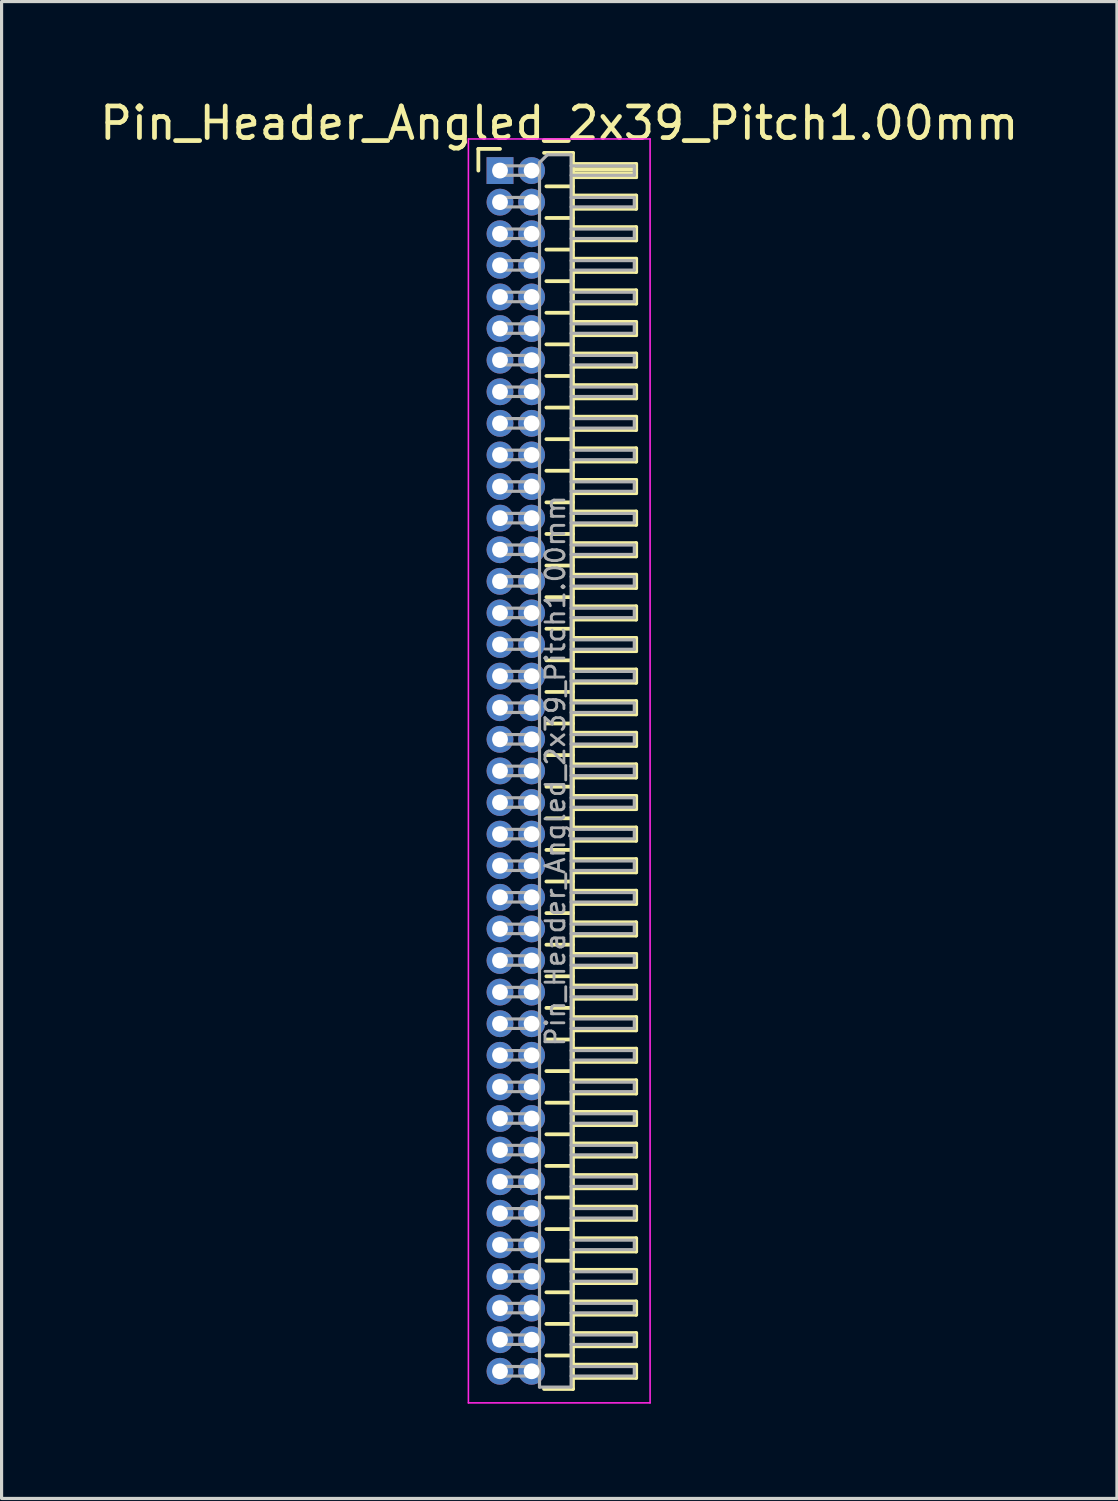
<source format=kicad_pcb>
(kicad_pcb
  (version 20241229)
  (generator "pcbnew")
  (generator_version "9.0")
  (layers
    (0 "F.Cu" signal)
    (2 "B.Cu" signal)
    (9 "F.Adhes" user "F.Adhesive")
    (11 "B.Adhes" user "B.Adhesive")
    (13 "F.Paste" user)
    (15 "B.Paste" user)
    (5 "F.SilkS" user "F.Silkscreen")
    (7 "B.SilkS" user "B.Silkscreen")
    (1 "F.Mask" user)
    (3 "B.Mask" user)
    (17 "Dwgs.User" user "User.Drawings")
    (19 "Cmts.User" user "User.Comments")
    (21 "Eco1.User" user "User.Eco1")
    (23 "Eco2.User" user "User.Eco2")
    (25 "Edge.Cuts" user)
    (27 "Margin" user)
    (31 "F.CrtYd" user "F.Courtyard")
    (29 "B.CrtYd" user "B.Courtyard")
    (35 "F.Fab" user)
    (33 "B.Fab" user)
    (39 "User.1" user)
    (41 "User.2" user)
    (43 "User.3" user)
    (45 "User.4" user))
  (footprint "Pin_Header_Angled_2x39_Pitch1.00mm"
    (layer "F.Cu")
    (at 12.774 2.348)
    (property "Reference" "Pin_Header_Angled_2x39_Pitch1.00mm" (at 1.875 -1.5 0) (layer "F.SilkS") (effects (font (size 1 1) (thickness 0.15))))
    (attr through_hole)
    (fp_line (start -0.685 -0.685) (end 0 -0.685) (stroke (width 0.12) (type solid)) (layer "F.SilkS"))
    (fp_line (start -0.685 0) (end -0.685 -0.685) (stroke (width 0.12) (type solid)) (layer "F.SilkS"))
    (fp_line (start 1.394 -0.56) (end 2.31 -0.56) (stroke (width 0.12) (type solid)) (layer "F.SilkS"))
    (fp_line (start 1.468 0.5) (end 2.31 0.5) (stroke (width 0.12) (type solid)) (layer "F.SilkS"))
    (fp_line (start 1.468 1.5) (end 2.31 1.5) (stroke (width 0.12) (type solid)) (layer "F.SilkS"))
    (fp_line (start 1.468 2.5) (end 2.31 2.5) (stroke (width 0.12) (type solid)) (layer "F.SilkS"))
    (fp_line (start 1.468 3.5) (end 2.31 3.5) (stroke (width 0.12) (type solid)) (layer "F.SilkS"))
    (fp_line (start 1.468 4.5) (end 2.31 4.5) (stroke (width 0.12) (type solid)) (layer "F.SilkS"))
    (fp_line (start 1.468 5.5) (end 2.31 5.5) (stroke (width 0.12) (type solid)) (layer "F.SilkS"))
    (fp_line (start 1.468 6.5) (end 2.31 6.5) (stroke (width 0.12) (type solid)) (layer "F.SilkS"))
    (fp_line (start 1.468 7.5) (end 2.31 7.5) (stroke (width 0.12) (type solid)) (layer "F.SilkS"))
    (fp_line (start 1.468 8.5) (end 2.31 8.5) (stroke (width 0.12) (type solid)) (layer "F.SilkS"))
    (fp_line (start 1.468 9.5) (end 2.31 9.5) (stroke (width 0.12) (type solid)) (layer "F.SilkS"))
    (fp_line (start 1.468 10.5) (end 2.31 10.5) (stroke (width 0.12) (type solid)) (layer "F.SilkS"))
    (fp_line (start 1.468 11.5) (end 2.31 11.5) (stroke (width 0.12) (type solid)) (layer "F.SilkS"))
    (fp_line (start 1.468 12.5) (end 2.31 12.5) (stroke (width 0.12) (type solid)) (layer "F.SilkS"))
    (fp_line (start 1.468 13.5) (end 2.31 13.5) (stroke (width 0.12) (type solid)) (layer "F.SilkS"))
    (fp_line (start 1.468 14.5) (end 2.31 14.5) (stroke (width 0.12) (type solid)) (layer "F.SilkS"))
    (fp_line (start 1.468 15.5) (end 2.31 15.5) (stroke (width 0.12) (type solid)) (layer "F.SilkS"))
    (fp_line (start 1.468 16.5) (end 2.31 16.5) (stroke (width 0.12) (type solid)) (layer "F.SilkS"))
    (fp_line (start 1.468 17.5) (end 2.31 17.5) (stroke (width 0.12) (type solid)) (layer "F.SilkS"))
    (fp_line (start 1.468 18.5) (end 2.31 18.5) (stroke (width 0.12) (type solid)) (layer "F.SilkS"))
    (fp_line (start 1.468 19.5) (end 2.31 19.5) (stroke (width 0.12) (type solid)) (layer "F.SilkS"))
    (fp_line (start 1.468 20.5) (end 2.31 20.5) (stroke (width 0.12) (type solid)) (layer "F.SilkS"))
    (fp_line (start 1.468 21.5) (end 2.31 21.5) (stroke (width 0.12) (type solid)) (layer "F.SilkS"))
    (fp_line (start 1.468 22.5) (end 2.31 22.5) (stroke (width 0.12) (type solid)) (layer "F.SilkS"))
    (fp_line (start 1.468 23.5) (end 2.31 23.5) (stroke (width 0.12) (type solid)) (layer "F.SilkS"))
    (fp_line (start 1.468 24.5) (end 2.31 24.5) (stroke (width 0.12) (type solid)) (layer "F.SilkS"))
    (fp_line (start 1.468 25.5) (end 2.31 25.5) (stroke (width 0.12) (type solid)) (layer "F.SilkS"))
    (fp_line (start 1.468 26.5) (end 2.31 26.5) (stroke (width 0.12) (type solid)) (layer "F.SilkS"))
    (fp_line (start 1.468 27.5) (end 2.31 27.5) (stroke (width 0.12) (type solid)) (layer "F.SilkS"))
    (fp_line (start 1.468 28.5) (end 2.31 28.5) (stroke (width 0.12) (type solid)) (layer "F.SilkS"))
    (fp_line (start 1.468 29.5) (end 2.31 29.5) (stroke (width 0.12) (type solid)) (layer "F.SilkS"))
    (fp_line (start 1.468 30.5) (end 2.31 30.5) (stroke (width 0.12) (type solid)) (layer "F.SilkS"))
    (fp_line (start 1.468 31.5) (end 2.31 31.5) (stroke (width 0.12) (type solid)) (layer "F.SilkS"))
    (fp_line (start 1.468 32.5) (end 2.31 32.5) (stroke (width 0.12) (type solid)) (layer "F.SilkS"))
    (fp_line (start 1.468 33.5) (end 2.31 33.5) (stroke (width 0.12) (type solid)) (layer "F.SilkS"))
    (fp_line (start 1.468 34.5) (end 2.31 34.5) (stroke (width 0.12) (type solid)) (layer "F.SilkS"))
    (fp_line (start 1.468 35.5) (end 2.31 35.5) (stroke (width 0.12) (type solid)) (layer "F.SilkS"))
    (fp_line (start 1.468 36.5) (end 2.31 36.5) (stroke (width 0.12) (type solid)) (layer "F.SilkS"))
    (fp_line (start 1.468 37.5) (end 2.31 37.5) (stroke (width 0.12) (type solid)) (layer "F.SilkS"))
    (fp_line (start 2.31 -0.56) (end 2.31 38.56) (stroke (width 0.12) (type solid)) (layer "F.SilkS"))
    (fp_line (start 2.31 -0.21) (end 4.31 -0.21) (stroke (width 0.12) (type solid)) (layer "F.SilkS"))
    (fp_line (start 2.31 -0.15) (end 4.31 -0.15) (stroke (width 0.12) (type solid)) (layer "F.SilkS"))
    (fp_line (start 2.31 -0.03) (end 4.31 -0.03) (stroke (width 0.12) (type solid)) (layer "F.SilkS"))
    (fp_line (start 2.31 0.09) (end 4.31 0.09) (stroke (width 0.12) (type solid)) (layer "F.SilkS"))
    (fp_line (start 2.31 0.79) (end 4.31 0.79) (stroke (width 0.12) (type solid)) (layer "F.SilkS"))
    (fp_line (start 2.31 1.79) (end 4.31 1.79) (stroke (width 0.12) (type solid)) (layer "F.SilkS"))
    (fp_line (start 2.31 2.79) (end 4.31 2.79) (stroke (width 0.12) (type solid)) (layer "F.SilkS"))
    (fp_line (start 2.31 3.79) (end 4.31 3.79) (stroke (width 0.12) (type solid)) (layer "F.SilkS"))
    (fp_line (start 2.31 4.79) (end 4.31 4.79) (stroke (width 0.12) (type solid)) (layer "F.SilkS"))
    (fp_line (start 2.31 5.79) (end 4.31 5.79) (stroke (width 0.12) (type solid)) (layer "F.SilkS"))
    (fp_line (start 2.31 6.79) (end 4.31 6.79) (stroke (width 0.12) (type solid)) (layer "F.SilkS"))
    (fp_line (start 2.31 7.79) (end 4.31 7.79) (stroke (width 0.12) (type solid)) (layer "F.SilkS"))
    (fp_line (start 2.31 8.79) (end 4.31 8.79) (stroke (width 0.12) (type solid)) (layer "F.SilkS"))
    (fp_line (start 2.31 9.79) (end 4.31 9.79) (stroke (width 0.12) (type solid)) (layer "F.SilkS"))
    (fp_line (start 2.31 10.79) (end 4.31 10.79) (stroke (width 0.12) (type solid)) (layer "F.SilkS"))
    (fp_line (start 2.31 11.79) (end 4.31 11.79) (stroke (width 0.12) (type solid)) (layer "F.SilkS"))
    (fp_line (start 2.31 12.79) (end 4.31 12.79) (stroke (width 0.12) (type solid)) (layer "F.SilkS"))
    (fp_line (start 2.31 13.79) (end 4.31 13.79) (stroke (width 0.12) (type solid)) (layer "F.SilkS"))
    (fp_line (start 2.31 14.79) (end 4.31 14.79) (stroke (width 0.12) (type solid)) (layer "F.SilkS"))
    (fp_line (start 2.31 15.79) (end 4.31 15.79) (stroke (width 0.12) (type solid)) (layer "F.SilkS"))
    (fp_line (start 2.31 16.79) (end 4.31 16.79) (stroke (width 0.12) (type solid)) (layer "F.SilkS"))
    (fp_line (start 2.31 17.79) (end 4.31 17.79) (stroke (width 0.12) (type solid)) (layer "F.SilkS"))
    (fp_line (start 2.31 18.79) (end 4.31 18.79) (stroke (width 0.12) (type solid)) (layer "F.SilkS"))
    (fp_line (start 2.31 19.79) (end 4.31 19.79) (stroke (width 0.12) (type solid)) (layer "F.SilkS"))
    (fp_line (start 2.31 20.79) (end 4.31 20.79) (stroke (width 0.12) (type solid)) (layer "F.SilkS"))
    (fp_line (start 2.31 21.79) (end 4.31 21.79) (stroke (width 0.12) (type solid)) (layer "F.SilkS"))
    (fp_line (start 2.31 22.79) (end 4.31 22.79) (stroke (width 0.12) (type solid)) (layer "F.SilkS"))
    (fp_line (start 2.31 23.79) (end 4.31 23.79) (stroke (width 0.12) (type solid)) (layer "F.SilkS"))
    (fp_line (start 2.31 24.79) (end 4.31 24.79) (stroke (width 0.12) (type solid)) (layer "F.SilkS"))
    (fp_line (start 2.31 25.79) (end 4.31 25.79) (stroke (width 0.12) (type solid)) (layer "F.SilkS"))
    (fp_line (start 2.31 26.79) (end 4.31 26.79) (stroke (width 0.12) (type solid)) (layer "F.SilkS"))
    (fp_line (start 2.31 27.79) (end 4.31 27.79) (stroke (width 0.12) (type solid)) (layer "F.SilkS"))
    (fp_line (start 2.31 28.79) (end 4.31 28.79) (stroke (width 0.12) (type solid)) (layer "F.SilkS"))
    (fp_line (start 2.31 29.79) (end 4.31 29.79) (stroke (width 0.12) (type solid)) (layer "F.SilkS"))
    (fp_line (start 2.31 30.79) (end 4.31 30.79) (stroke (width 0.12) (type solid)) (layer "F.SilkS"))
    (fp_line (start 2.31 31.79) (end 4.31 31.79) (stroke (width 0.12) (type solid)) (layer "F.SilkS"))
    (fp_line (start 2.31 32.79) (end 4.31 32.79) (stroke (width 0.12) (type solid)) (layer "F.SilkS"))
    (fp_line (start 2.31 33.79) (end 4.31 33.79) (stroke (width 0.12) (type solid)) (layer "F.SilkS"))
    (fp_line (start 2.31 34.79) (end 4.31 34.79) (stroke (width 0.12) (type solid)) (layer "F.SilkS"))
    (fp_line (start 2.31 35.79) (end 4.31 35.79) (stroke (width 0.12) (type solid)) (layer "F.SilkS"))
    (fp_line (start 2.31 36.79) (end 4.31 36.79) (stroke (width 0.12) (type solid)) (layer "F.SilkS"))
    (fp_line (start 2.31 37.79) (end 4.31 37.79) (stroke (width 0.12) (type solid)) (layer "F.SilkS"))
    (fp_line (start 2.31 38.56) (end 1.394 38.56) (stroke (width 0.12) (type solid)) (layer "F.SilkS"))
    (fp_line (start 4.31 -0.21) (end 4.31 0.21) (stroke (width 0.12) (type solid)) (layer "F.SilkS"))
    (fp_line (start 4.31 0.21) (end 2.31 0.21) (stroke (width 0.12) (type solid)) (layer "F.SilkS"))
    (fp_line (start 4.31 0.79) (end 4.31 1.21) (stroke (width 0.12) (type solid)) (layer "F.SilkS"))
    (fp_line (start 4.31 1.21) (end 2.31 1.21) (stroke (width 0.12) (type solid)) (layer "F.SilkS"))
    (fp_line (start 4.31 1.79) (end 4.31 2.21) (stroke (width 0.12) (type solid)) (layer "F.SilkS"))
    (fp_line (start 4.31 2.21) (end 2.31 2.21) (stroke (width 0.12) (type solid)) (layer "F.SilkS"))
    (fp_line (start 4.31 2.79) (end 4.31 3.21) (stroke (width 0.12) (type solid)) (layer "F.SilkS"))
    (fp_line (start 4.31 3.21) (end 2.31 3.21) (stroke (width 0.12) (type solid)) (layer "F.SilkS"))
    (fp_line (start 4.31 3.79) (end 4.31 4.21) (stroke (width 0.12) (type solid)) (layer "F.SilkS"))
    (fp_line (start 4.31 4.21) (end 2.31 4.21) (stroke (width 0.12) (type solid)) (layer "F.SilkS"))
    (fp_line (start 4.31 4.79) (end 4.31 5.21) (stroke (width 0.12) (type solid)) (layer "F.SilkS"))
    (fp_line (start 4.31 5.21) (end 2.31 5.21) (stroke (width 0.12) (type solid)) (layer "F.SilkS"))
    (fp_line (start 4.31 5.79) (end 4.31 6.21) (stroke (width 0.12) (type solid)) (layer "F.SilkS"))
    (fp_line (start 4.31 6.21) (end 2.31 6.21) (stroke (width 0.12) (type solid)) (layer "F.SilkS"))
    (fp_line (start 4.31 6.79) (end 4.31 7.21) (stroke (width 0.12) (type solid)) (layer "F.SilkS"))
    (fp_line (start 4.31 7.21) (end 2.31 7.21) (stroke (width 0.12) (type solid)) (layer "F.SilkS"))
    (fp_line (start 4.31 7.79) (end 4.31 8.21) (stroke (width 0.12) (type solid)) (layer "F.SilkS"))
    (fp_line (start 4.31 8.21) (end 2.31 8.21) (stroke (width 0.12) (type solid)) (layer "F.SilkS"))
    (fp_line (start 4.31 8.79) (end 4.31 9.21) (stroke (width 0.12) (type solid)) (layer "F.SilkS"))
    (fp_line (start 4.31 9.21) (end 2.31 9.21) (stroke (width 0.12) (type solid)) (layer "F.SilkS"))
    (fp_line (start 4.31 9.79) (end 4.31 10.21) (stroke (width 0.12) (type solid)) (layer "F.SilkS"))
    (fp_line (start 4.31 10.21) (end 2.31 10.21) (stroke (width 0.12) (type solid)) (layer "F.SilkS"))
    (fp_line (start 4.31 10.79) (end 4.31 11.21) (stroke (width 0.12) (type solid)) (layer "F.SilkS"))
    (fp_line (start 4.31 11.21) (end 2.31 11.21) (stroke (width 0.12) (type solid)) (layer "F.SilkS"))
    (fp_line (start 4.31 11.79) (end 4.31 12.21) (stroke (width 0.12) (type solid)) (layer "F.SilkS"))
    (fp_line (start 4.31 12.21) (end 2.31 12.21) (stroke (width 0.12) (type solid)) (layer "F.SilkS"))
    (fp_line (start 4.31 12.79) (end 4.31 13.21) (stroke (width 0.12) (type solid)) (layer "F.SilkS"))
    (fp_line (start 4.31 13.21) (end 2.31 13.21) (stroke (width 0.12) (type solid)) (layer "F.SilkS"))
    (fp_line (start 4.31 13.79) (end 4.31 14.21) (stroke (width 0.12) (type solid)) (layer "F.SilkS"))
    (fp_line (start 4.31 14.21) (end 2.31 14.21) (stroke (width 0.12) (type solid)) (layer "F.SilkS"))
    (fp_line (start 4.31 14.79) (end 4.31 15.21) (stroke (width 0.12) (type solid)) (layer "F.SilkS"))
    (fp_line (start 4.31 15.21) (end 2.31 15.21) (stroke (width 0.12) (type solid)) (layer "F.SilkS"))
    (fp_line (start 4.31 15.79) (end 4.31 16.21) (stroke (width 0.12) (type solid)) (layer "F.SilkS"))
    (fp_line (start 4.31 16.21) (end 2.31 16.21) (stroke (width 0.12) (type solid)) (layer "F.SilkS"))
    (fp_line (start 4.31 16.79) (end 4.31 17.21) (stroke (width 0.12) (type solid)) (layer "F.SilkS"))
    (fp_line (start 4.31 17.21) (end 2.31 17.21) (stroke (width 0.12) (type solid)) (layer "F.SilkS"))
    (fp_line (start 4.31 17.79) (end 4.31 18.21) (stroke (width 0.12) (type solid)) (layer "F.SilkS"))
    (fp_line (start 4.31 18.21) (end 2.31 18.21) (stroke (width 0.12) (type solid)) (layer "F.SilkS"))
    (fp_line (start 4.31 18.79) (end 4.31 19.21) (stroke (width 0.12) (type solid)) (layer "F.SilkS"))
    (fp_line (start 4.31 19.21) (end 2.31 19.21) (stroke (width 0.12) (type solid)) (layer "F.SilkS"))
    (fp_line (start 4.31 19.79) (end 4.31 20.21) (stroke (width 0.12) (type solid)) (layer "F.SilkS"))
    (fp_line (start 4.31 20.21) (end 2.31 20.21) (stroke (width 0.12) (type solid)) (layer "F.SilkS"))
    (fp_line (start 4.31 20.79) (end 4.31 21.21) (stroke (width 0.12) (type solid)) (layer "F.SilkS"))
    (fp_line (start 4.31 21.21) (end 2.31 21.21) (stroke (width 0.12) (type solid)) (layer "F.SilkS"))
    (fp_line (start 4.31 21.79) (end 4.31 22.21) (stroke (width 0.12) (type solid)) (layer "F.SilkS"))
    (fp_line (start 4.31 22.21) (end 2.31 22.21) (stroke (width 0.12) (type solid)) (layer "F.SilkS"))
    (fp_line (start 4.31 22.79) (end 4.31 23.21) (stroke (width 0.12) (type solid)) (layer "F.SilkS"))
    (fp_line (start 4.31 23.21) (end 2.31 23.21) (stroke (width 0.12) (type solid)) (layer "F.SilkS"))
    (fp_line (start 4.31 23.79) (end 4.31 24.21) (stroke (width 0.12) (type solid)) (layer "F.SilkS"))
    (fp_line (start 4.31 24.21) (end 2.31 24.21) (stroke (width 0.12) (type solid)) (layer "F.SilkS"))
    (fp_line (start 4.31 24.79) (end 4.31 25.21) (stroke (width 0.12) (type solid)) (layer "F.SilkS"))
    (fp_line (start 4.31 25.21) (end 2.31 25.21) (stroke (width 0.12) (type solid)) (layer "F.SilkS"))
    (fp_line (start 4.31 25.79) (end 4.31 26.21) (stroke (width 0.12) (type solid)) (layer "F.SilkS"))
    (fp_line (start 4.31 26.21) (end 2.31 26.21) (stroke (width 0.12) (type solid)) (layer "F.SilkS"))
    (fp_line (start 4.31 26.79) (end 4.31 27.21) (stroke (width 0.12) (type solid)) (layer "F.SilkS"))
    (fp_line (start 4.31 27.21) (end 2.31 27.21) (stroke (width 0.12) (type solid)) (layer "F.SilkS"))
    (fp_line (start 4.31 27.79) (end 4.31 28.21) (stroke (width 0.12) (type solid)) (layer "F.SilkS"))
    (fp_line (start 4.31 28.21) (end 2.31 28.21) (stroke (width 0.12) (type solid)) (layer "F.SilkS"))
    (fp_line (start 4.31 28.79) (end 4.31 29.21) (stroke (width 0.12) (type solid)) (layer "F.SilkS"))
    (fp_line (start 4.31 29.21) (end 2.31 29.21) (stroke (width 0.12) (type solid)) (layer "F.SilkS"))
    (fp_line (start 4.31 29.79) (end 4.31 30.21) (stroke (width 0.12) (type solid)) (layer "F.SilkS"))
    (fp_line (start 4.31 30.21) (end 2.31 30.21) (stroke (width 0.12) (type solid)) (layer "F.SilkS"))
    (fp_line (start 4.31 30.79) (end 4.31 31.21) (stroke (width 0.12) (type solid)) (layer "F.SilkS"))
    (fp_line (start 4.31 31.21) (end 2.31 31.21) (stroke (width 0.12) (type solid)) (layer "F.SilkS"))
    (fp_line (start 4.31 31.79) (end 4.31 32.21) (stroke (width 0.12) (type solid)) (layer "F.SilkS"))
    (fp_line (start 4.31 32.21) (end 2.31 32.21) (stroke (width 0.12) (type solid)) (layer "F.SilkS"))
    (fp_line (start 4.31 32.79) (end 4.31 33.21) (stroke (width 0.12) (type solid)) (layer "F.SilkS"))
    (fp_line (start 4.31 33.21) (end 2.31 33.21) (stroke (width 0.12) (type solid)) (layer "F.SilkS"))
    (fp_line (start 4.31 33.79) (end 4.31 34.21) (stroke (width 0.12) (type solid)) (layer "F.SilkS"))
    (fp_line (start 4.31 34.21) (end 2.31 34.21) (stroke (width 0.12) (type solid)) (layer "F.SilkS"))
    (fp_line (start 4.31 34.79) (end 4.31 35.21) (stroke (width 0.12) (type solid)) (layer "F.SilkS"))
    (fp_line (start 4.31 35.21) (end 2.31 35.21) (stroke (width 0.12) (type solid)) (layer "F.SilkS"))
    (fp_line (start 4.31 35.79) (end 4.31 36.21) (stroke (width 0.12) (type solid)) (layer "F.SilkS"))
    (fp_line (start 4.31 36.21) (end 2.31 36.21) (stroke (width 0.12) (type solid)) (layer "F.SilkS"))
    (fp_line (start 4.31 36.79) (end 4.31 37.21) (stroke (width 0.12) (type solid)) (layer "F.SilkS"))
    (fp_line (start 4.31 37.21) (end 2.31 37.21) (stroke (width 0.12) (type solid)) (layer "F.SilkS"))
    (fp_line (start 4.31 37.79) (end 4.31 38.21) (stroke (width 0.12) (type solid)) (layer "F.SilkS"))
    (fp_line (start 4.31 38.21) (end 2.31 38.21) (stroke (width 0.12) (type solid)) (layer "F.SilkS"))
    (fp_line (start -1 -1) (end -1 39) (stroke (width 0.05) (type solid)) (layer "F.CrtYd"))
    (fp_line (start -1 39) (end 4.75 39) (stroke (width 0.05) (type solid)) (layer "F.CrtYd"))
    (fp_line (start 4.75 -1) (end -1 -1) (stroke (width 0.05) (type solid)) (layer "F.CrtYd"))
    (fp_line (start 4.75 39) (end 4.75 -1) (stroke (width 0.05) (type solid)) (layer "F.CrtYd"))
    (fp_line (start -0.15 -0.15) (end -0.15 0.15) (stroke (width 0.1) (type solid)) (layer "F.Fab"))
    (fp_line (start -0.15 -0.15) (end 1.25 -0.15) (stroke (width 0.1) (type solid)) (layer "F.Fab"))
    (fp_line (start -0.15 0.15) (end 1.25 0.15) (stroke (width 0.1) (type solid)) (layer "F.Fab"))
    (fp_line (start -0.15 0.85) (end -0.15 1.15) (stroke (width 0.1) (type solid)) (layer "F.Fab"))
    (fp_line (start -0.15 0.85) (end 1.25 0.85) (stroke (width 0.1) (type solid)) (layer "F.Fab"))
    (fp_line (start -0.15 1.15) (end 1.25 1.15) (stroke (width 0.1) (type solid)) (layer "F.Fab"))
    (fp_line (start -0.15 1.85) (end -0.15 2.15) (stroke (width 0.1) (type solid)) (layer "F.Fab"))
    (fp_line (start -0.15 1.85) (end 1.25 1.85) (stroke (width 0.1) (type solid)) (layer "F.Fab"))
    (fp_line (start -0.15 2.15) (end 1.25 2.15) (stroke (width 0.1) (type solid)) (layer "F.Fab"))
    (fp_line (start -0.15 2.85) (end -0.15 3.15) (stroke (width 0.1) (type solid)) (layer "F.Fab"))
    (fp_line (start -0.15 2.85) (end 1.25 2.85) (stroke (width 0.1) (type solid)) (layer "F.Fab"))
    (fp_line (start -0.15 3.15) (end 1.25 3.15) (stroke (width 0.1) (type solid)) (layer "F.Fab"))
    (fp_line (start -0.15 3.85) (end -0.15 4.15) (stroke (width 0.1) (type solid)) (layer "F.Fab"))
    (fp_line (start -0.15 3.85) (end 1.25 3.85) (stroke (width 0.1) (type solid)) (layer "F.Fab"))
    (fp_line (start -0.15 4.15) (end 1.25 4.15) (stroke (width 0.1) (type solid)) (layer "F.Fab"))
    (fp_line (start -0.15 4.85) (end -0.15 5.15) (stroke (width 0.1) (type solid)) (layer "F.Fab"))
    (fp_line (start -0.15 4.85) (end 1.25 4.85) (stroke (width 0.1) (type solid)) (layer "F.Fab"))
    (fp_line (start -0.15 5.15) (end 1.25 5.15) (stroke (width 0.1) (type solid)) (layer "F.Fab"))
    (fp_line (start -0.15 5.85) (end -0.15 6.15) (stroke (width 0.1) (type solid)) (layer "F.Fab"))
    (fp_line (start -0.15 5.85) (end 1.25 5.85) (stroke (width 0.1) (type solid)) (layer "F.Fab"))
    (fp_line (start -0.15 6.15) (end 1.25 6.15) (stroke (width 0.1) (type solid)) (layer "F.Fab"))
    (fp_line (start -0.15 6.85) (end -0.15 7.15) (stroke (width 0.1) (type solid)) (layer "F.Fab"))
    (fp_line (start -0.15 6.85) (end 1.25 6.85) (stroke (width 0.1) (type solid)) (layer "F.Fab"))
    (fp_line (start -0.15 7.15) (end 1.25 7.15) (stroke (width 0.1) (type solid)) (layer "F.Fab"))
    (fp_line (start -0.15 7.85) (end -0.15 8.15) (stroke (width 0.1) (type solid)) (layer "F.Fab"))
    (fp_line (start -0.15 7.85) (end 1.25 7.85) (stroke (width 0.1) (type solid)) (layer "F.Fab"))
    (fp_line (start -0.15 8.15) (end 1.25 8.15) (stroke (width 0.1) (type solid)) (layer "F.Fab"))
    (fp_line (start -0.15 8.85) (end -0.15 9.15) (stroke (width 0.1) (type solid)) (layer "F.Fab"))
    (fp_line (start -0.15 8.85) (end 1.25 8.85) (stroke (width 0.1) (type solid)) (layer "F.Fab"))
    (fp_line (start -0.15 9.15) (end 1.25 9.15) (stroke (width 0.1) (type solid)) (layer "F.Fab"))
    (fp_line (start -0.15 9.85) (end -0.15 10.15) (stroke (width 0.1) (type solid)) (layer "F.Fab"))
    (fp_line (start -0.15 9.85) (end 1.25 9.85) (stroke (width 0.1) (type solid)) (layer "F.Fab"))
    (fp_line (start -0.15 10.15) (end 1.25 10.15) (stroke (width 0.1) (type solid)) (layer "F.Fab"))
    (fp_line (start -0.15 10.85) (end -0.15 11.15) (stroke (width 0.1) (type solid)) (layer "F.Fab"))
    (fp_line (start -0.15 10.85) (end 1.25 10.85) (stroke (width 0.1) (type solid)) (layer "F.Fab"))
    (fp_line (start -0.15 11.15) (end 1.25 11.15) (stroke (width 0.1) (type solid)) (layer "F.Fab"))
    (fp_line (start -0.15 11.85) (end -0.15 12.15) (stroke (width 0.1) (type solid)) (layer "F.Fab"))
    (fp_line (start -0.15 11.85) (end 1.25 11.85) (stroke (width 0.1) (type solid)) (layer "F.Fab"))
    (fp_line (start -0.15 12.15) (end 1.25 12.15) (stroke (width 0.1) (type solid)) (layer "F.Fab"))
    (fp_line (start -0.15 12.85) (end -0.15 13.15) (stroke (width 0.1) (type solid)) (layer "F.Fab"))
    (fp_line (start -0.15 12.85) (end 1.25 12.85) (stroke (width 0.1) (type solid)) (layer "F.Fab"))
    (fp_line (start -0.15 13.15) (end 1.25 13.15) (stroke (width 0.1) (type solid)) (layer "F.Fab"))
    (fp_line (start -0.15 13.85) (end -0.15 14.15) (stroke (width 0.1) (type solid)) (layer "F.Fab"))
    (fp_line (start -0.15 13.85) (end 1.25 13.85) (stroke (width 0.1) (type solid)) (layer "F.Fab"))
    (fp_line (start -0.15 14.15) (end 1.25 14.15) (stroke (width 0.1) (type solid)) (layer "F.Fab"))
    (fp_line (start -0.15 14.85) (end -0.15 15.15) (stroke (width 0.1) (type solid)) (layer "F.Fab"))
    (fp_line (start -0.15 14.85) (end 1.25 14.85) (stroke (width 0.1) (type solid)) (layer "F.Fab"))
    (fp_line (start -0.15 15.15) (end 1.25 15.15) (stroke (width 0.1) (type solid)) (layer "F.Fab"))
    (fp_line (start -0.15 15.85) (end -0.15 16.15) (stroke (width 0.1) (type solid)) (layer "F.Fab"))
    (fp_line (start -0.15 15.85) (end 1.25 15.85) (stroke (width 0.1) (type solid)) (layer "F.Fab"))
    (fp_line (start -0.15 16.15) (end 1.25 16.15) (stroke (width 0.1) (type solid)) (layer "F.Fab"))
    (fp_line (start -0.15 16.85) (end -0.15 17.15) (stroke (width 0.1) (type solid)) (layer "F.Fab"))
    (fp_line (start -0.15 16.85) (end 1.25 16.85) (stroke (width 0.1) (type solid)) (layer "F.Fab"))
    (fp_line (start -0.15 17.15) (end 1.25 17.15) (stroke (width 0.1) (type solid)) (layer "F.Fab"))
    (fp_line (start -0.15 17.85) (end -0.15 18.15) (stroke (width 0.1) (type solid)) (layer "F.Fab"))
    (fp_line (start -0.15 17.85) (end 1.25 17.85) (stroke (width 0.1) (type solid)) (layer "F.Fab"))
    (fp_line (start -0.15 18.15) (end 1.25 18.15) (stroke (width 0.1) (type solid)) (layer "F.Fab"))
    (fp_line (start -0.15 18.85) (end -0.15 19.15) (stroke (width 0.1) (type solid)) (layer "F.Fab"))
    (fp_line (start -0.15 18.85) (end 1.25 18.85) (stroke (width 0.1) (type solid)) (layer "F.Fab"))
    (fp_line (start -0.15 19.15) (end 1.25 19.15) (stroke (width 0.1) (type solid)) (layer "F.Fab"))
    (fp_line (start -0.15 19.85) (end -0.15 20.15) (stroke (width 0.1) (type solid)) (layer "F.Fab"))
    (fp_line (start -0.15 19.85) (end 1.25 19.85) (stroke (width 0.1) (type solid)) (layer "F.Fab"))
    (fp_line (start -0.15 20.15) (end 1.25 20.15) (stroke (width 0.1) (type solid)) (layer "F.Fab"))
    (fp_line (start -0.15 20.85) (end -0.15 21.15) (stroke (width 0.1) (type solid)) (layer "F.Fab"))
    (fp_line (start -0.15 20.85) (end 1.25 20.85) (stroke (width 0.1) (type solid)) (layer "F.Fab"))
    (fp_line (start -0.15 21.15) (end 1.25 21.15) (stroke (width 0.1) (type solid)) (layer "F.Fab"))
    (fp_line (start -0.15 21.85) (end -0.15 22.15) (stroke (width 0.1) (type solid)) (layer "F.Fab"))
    (fp_line (start -0.15 21.85) (end 1.25 21.85) (stroke (width 0.1) (type solid)) (layer "F.Fab"))
    (fp_line (start -0.15 22.15) (end 1.25 22.15) (stroke (width 0.1) (type solid)) (layer "F.Fab"))
    (fp_line (start -0.15 22.85) (end -0.15 23.15) (stroke (width 0.1) (type solid)) (layer "F.Fab"))
    (fp_line (start -0.15 22.85) (end 1.25 22.85) (stroke (width 0.1) (type solid)) (layer "F.Fab"))
    (fp_line (start -0.15 23.15) (end 1.25 23.15) (stroke (width 0.1) (type solid)) (layer "F.Fab"))
    (fp_line (start -0.15 23.85) (end -0.15 24.15) (stroke (width 0.1) (type solid)) (layer "F.Fab"))
    (fp_line (start -0.15 23.85) (end 1.25 23.85) (stroke (width 0.1) (type solid)) (layer "F.Fab"))
    (fp_line (start -0.15 24.15) (end 1.25 24.15) (stroke (width 0.1) (type solid)) (layer "F.Fab"))
    (fp_line (start -0.15 24.85) (end -0.15 25.15) (stroke (width 0.1) (type solid)) (layer "F.Fab"))
    (fp_line (start -0.15 24.85) (end 1.25 24.85) (stroke (width 0.1) (type solid)) (layer "F.Fab"))
    (fp_line (start -0.15 25.15) (end 1.25 25.15) (stroke (width 0.1) (type solid)) (layer "F.Fab"))
    (fp_line (start -0.15 25.85) (end -0.15 26.15) (stroke (width 0.1) (type solid)) (layer "F.Fab"))
    (fp_line (start -0.15 25.85) (end 1.25 25.85) (stroke (width 0.1) (type solid)) (layer "F.Fab"))
    (fp_line (start -0.15 26.15) (end 1.25 26.15) (stroke (width 0.1) (type solid)) (layer "F.Fab"))
    (fp_line (start -0.15 26.85) (end -0.15 27.15) (stroke (width 0.1) (type solid)) (layer "F.Fab"))
    (fp_line (start -0.15 26.85) (end 1.25 26.85) (stroke (width 0.1) (type solid)) (layer "F.Fab"))
    (fp_line (start -0.15 27.15) (end 1.25 27.15) (stroke (width 0.1) (type solid)) (layer "F.Fab"))
    (fp_line (start -0.15 27.85) (end -0.15 28.15) (stroke (width 0.1) (type solid)) (layer "F.Fab"))
    (fp_line (start -0.15 27.85) (end 1.25 27.85) (stroke (width 0.1) (type solid)) (layer "F.Fab"))
    (fp_line (start -0.15 28.15) (end 1.25 28.15) (stroke (width 0.1) (type solid)) (layer "F.Fab"))
    (fp_line (start -0.15 28.85) (end -0.15 29.15) (stroke (width 0.1) (type solid)) (layer "F.Fab"))
    (fp_line (start -0.15 28.85) (end 1.25 28.85) (stroke (width 0.1) (type solid)) (layer "F.Fab"))
    (fp_line (start -0.15 29.15) (end 1.25 29.15) (stroke (width 0.1) (type solid)) (layer "F.Fab"))
    (fp_line (start -0.15 29.85) (end -0.15 30.15) (stroke (width 0.1) (type solid)) (layer "F.Fab"))
    (fp_line (start -0.15 29.85) (end 1.25 29.85) (stroke (width 0.1) (type solid)) (layer "F.Fab"))
    (fp_line (start -0.15 30.15) (end 1.25 30.15) (stroke (width 0.1) (type solid)) (layer "F.Fab"))
    (fp_line (start -0.15 30.85) (end -0.15 31.15) (stroke (width 0.1) (type solid)) (layer "F.Fab"))
    (fp_line (start -0.15 30.85) (end 1.25 30.85) (stroke (width 0.1) (type solid)) (layer "F.Fab"))
    (fp_line (start -0.15 31.15) (end 1.25 31.15) (stroke (width 0.1) (type solid)) (layer "F.Fab"))
    (fp_line (start -0.15 31.85) (end -0.15 32.15) (stroke (width 0.1) (type solid)) (layer "F.Fab"))
    (fp_line (start -0.15 31.85) (end 1.25 31.85) (stroke (width 0.1) (type solid)) (layer "F.Fab"))
    (fp_line (start -0.15 32.15) (end 1.25 32.15) (stroke (width 0.1) (type solid)) (layer "F.Fab"))
    (fp_line (start -0.15 32.85) (end -0.15 33.15) (stroke (width 0.1) (type solid)) (layer "F.Fab"))
    (fp_line (start -0.15 32.85) (end 1.25 32.85) (stroke (width 0.1) (type solid)) (layer "F.Fab"))
    (fp_line (start -0.15 33.15) (end 1.25 33.15) (stroke (width 0.1) (type solid)) (layer "F.Fab"))
    (fp_line (start -0.15 33.85) (end -0.15 34.15) (stroke (width 0.1) (type solid)) (layer "F.Fab"))
    (fp_line (start -0.15 33.85) (end 1.25 33.85) (stroke (width 0.1) (type solid)) (layer "F.Fab"))
    (fp_line (start -0.15 34.15) (end 1.25 34.15) (stroke (width 0.1) (type solid)) (layer "F.Fab"))
    (fp_line (start -0.15 34.85) (end -0.15 35.15) (stroke (width 0.1) (type solid)) (layer "F.Fab"))
    (fp_line (start -0.15 34.85) (end 1.25 34.85) (stroke (width 0.1) (type solid)) (layer "F.Fab"))
    (fp_line (start -0.15 35.15) (end 1.25 35.15) (stroke (width 0.1) (type solid)) (layer "F.Fab"))
    (fp_line (start -0.15 35.85) (end -0.15 36.15) (stroke (width 0.1) (type solid)) (layer "F.Fab"))
    (fp_line (start -0.15 35.85) (end 1.25 35.85) (stroke (width 0.1) (type solid)) (layer "F.Fab"))
    (fp_line (start -0.15 36.15) (end 1.25 36.15) (stroke (width 0.1) (type solid)) (layer "F.Fab"))
    (fp_line (start -0.15 36.85) (end -0.15 37.15) (stroke (width 0.1) (type solid)) (layer "F.Fab"))
    (fp_line (start -0.15 36.85) (end 1.25 36.85) (stroke (width 0.1) (type solid)) (layer "F.Fab"))
    (fp_line (start -0.15 37.15) (end 1.25 37.15) (stroke (width 0.1) (type solid)) (layer "F.Fab"))
    (fp_line (start -0.15 37.85) (end -0.15 38.15) (stroke (width 0.1) (type solid)) (layer "F.Fab"))
    (fp_line (start -0.15 37.85) (end 1.25 37.85) (stroke (width 0.1) (type solid)) (layer "F.Fab"))
    (fp_line (start -0.15 38.15) (end 1.25 38.15) (stroke (width 0.1) (type solid)) (layer "F.Fab"))
    (fp_line (start 1.25 -0.25) (end 1.5 -0.5) (stroke (width 0.1) (type solid)) (layer "F.Fab"))
    (fp_line (start 1.25 38.5) (end 1.25 -0.25) (stroke (width 0.1) (type solid)) (layer "F.Fab"))
    (fp_line (start 1.5 -0.5) (end 2.25 -0.5) (stroke (width 0.1) (type solid)) (layer "F.Fab"))
    (fp_line (start 2.25 -0.5) (end 2.25 38.5) (stroke (width 0.1) (type solid)) (layer "F.Fab"))
    (fp_line (start 2.25 -0.15) (end 4.25 -0.15) (stroke (width 0.1) (type solid)) (layer "F.Fab"))
    (fp_line (start 2.25 0.15) (end 4.25 0.15) (stroke (width 0.1) (type solid)) (layer "F.Fab"))
    (fp_line (start 2.25 0.85) (end 4.25 0.85) (stroke (width 0.1) (type solid)) (layer "F.Fab"))
    (fp_line (start 2.25 1.15) (end 4.25 1.15) (stroke (width 0.1) (type solid)) (layer "F.Fab"))
    (fp_line (start 2.25 1.85) (end 4.25 1.85) (stroke (width 0.1) (type solid)) (layer "F.Fab"))
    (fp_line (start 2.25 2.15) (end 4.25 2.15) (stroke (width 0.1) (type solid)) (layer "F.Fab"))
    (fp_line (start 2.25 2.85) (end 4.25 2.85) (stroke (width 0.1) (type solid)) (layer "F.Fab"))
    (fp_line (start 2.25 3.15) (end 4.25 3.15) (stroke (width 0.1) (type solid)) (layer "F.Fab"))
    (fp_line (start 2.25 3.85) (end 4.25 3.85) (stroke (width 0.1) (type solid)) (layer "F.Fab"))
    (fp_line (start 2.25 4.15) (end 4.25 4.15) (stroke (width 0.1) (type solid)) (layer "F.Fab"))
    (fp_line (start 2.25 4.85) (end 4.25 4.85) (stroke (width 0.1) (type solid)) (layer "F.Fab"))
    (fp_line (start 2.25 5.15) (end 4.25 5.15) (stroke (width 0.1) (type solid)) (layer "F.Fab"))
    (fp_line (start 2.25 5.85) (end 4.25 5.85) (stroke (width 0.1) (type solid)) (layer "F.Fab"))
    (fp_line (start 2.25 6.15) (end 4.25 6.15) (stroke (width 0.1) (type solid)) (layer "F.Fab"))
    (fp_line (start 2.25 6.85) (end 4.25 6.85) (stroke (width 0.1) (type solid)) (layer "F.Fab"))
    (fp_line (start 2.25 7.15) (end 4.25 7.15) (stroke (width 0.1) (type solid)) (layer "F.Fab"))
    (fp_line (start 2.25 7.85) (end 4.25 7.85) (stroke (width 0.1) (type solid)) (layer "F.Fab"))
    (fp_line (start 2.25 8.15) (end 4.25 8.15) (stroke (width 0.1) (type solid)) (layer "F.Fab"))
    (fp_line (start 2.25 8.85) (end 4.25 8.85) (stroke (width 0.1) (type solid)) (layer "F.Fab"))
    (fp_line (start 2.25 9.15) (end 4.25 9.15) (stroke (width 0.1) (type solid)) (layer "F.Fab"))
    (fp_line (start 2.25 9.85) (end 4.25 9.85) (stroke (width 0.1) (type solid)) (layer "F.Fab"))
    (fp_line (start 2.25 10.15) (end 4.25 10.15) (stroke (width 0.1) (type solid)) (layer "F.Fab"))
    (fp_line (start 2.25 10.85) (end 4.25 10.85) (stroke (width 0.1) (type solid)) (layer "F.Fab"))
    (fp_line (start 2.25 11.15) (end 4.25 11.15) (stroke (width 0.1) (type solid)) (layer "F.Fab"))
    (fp_line (start 2.25 11.85) (end 4.25 11.85) (stroke (width 0.1) (type solid)) (layer "F.Fab"))
    (fp_line (start 2.25 12.15) (end 4.25 12.15) (stroke (width 0.1) (type solid)) (layer "F.Fab"))
    (fp_line (start 2.25 12.85) (end 4.25 12.85) (stroke (width 0.1) (type solid)) (layer "F.Fab"))
    (fp_line (start 2.25 13.15) (end 4.25 13.15) (stroke (width 0.1) (type solid)) (layer "F.Fab"))
    (fp_line (start 2.25 13.85) (end 4.25 13.85) (stroke (width 0.1) (type solid)) (layer "F.Fab"))
    (fp_line (start 2.25 14.15) (end 4.25 14.15) (stroke (width 0.1) (type solid)) (layer "F.Fab"))
    (fp_line (start 2.25 14.85) (end 4.25 14.85) (stroke (width 0.1) (type solid)) (layer "F.Fab"))
    (fp_line (start 2.25 15.15) (end 4.25 15.15) (stroke (width 0.1) (type solid)) (layer "F.Fab"))
    (fp_line (start 2.25 15.85) (end 4.25 15.85) (stroke (width 0.1) (type solid)) (layer "F.Fab"))
    (fp_line (start 2.25 16.15) (end 4.25 16.15) (stroke (width 0.1) (type solid)) (layer "F.Fab"))
    (fp_line (start 2.25 16.85) (end 4.25 16.85) (stroke (width 0.1) (type solid)) (layer "F.Fab"))
    (fp_line (start 2.25 17.15) (end 4.25 17.15) (stroke (width 0.1) (type solid)) (layer "F.Fab"))
    (fp_line (start 2.25 17.85) (end 4.25 17.85) (stroke (width 0.1) (type solid)) (layer "F.Fab"))
    (fp_line (start 2.25 18.15) (end 4.25 18.15) (stroke (width 0.1) (type solid)) (layer "F.Fab"))
    (fp_line (start 2.25 18.85) (end 4.25 18.85) (stroke (width 0.1) (type solid)) (layer "F.Fab"))
    (fp_line (start 2.25 19.15) (end 4.25 19.15) (stroke (width 0.1) (type solid)) (layer "F.Fab"))
    (fp_line (start 2.25 19.85) (end 4.25 19.85) (stroke (width 0.1) (type solid)) (layer "F.Fab"))
    (fp_line (start 2.25 20.15) (end 4.25 20.15) (stroke (width 0.1) (type solid)) (layer "F.Fab"))
    (fp_line (start 2.25 20.85) (end 4.25 20.85) (stroke (width 0.1) (type solid)) (layer "F.Fab"))
    (fp_line (start 2.25 21.15) (end 4.25 21.15) (stroke (width 0.1) (type solid)) (layer "F.Fab"))
    (fp_line (start 2.25 21.85) (end 4.25 21.85) (stroke (width 0.1) (type solid)) (layer "F.Fab"))
    (fp_line (start 2.25 22.15) (end 4.25 22.15) (stroke (width 0.1) (type solid)) (layer "F.Fab"))
    (fp_line (start 2.25 22.85) (end 4.25 22.85) (stroke (width 0.1) (type solid)) (layer "F.Fab"))
    (fp_line (start 2.25 23.15) (end 4.25 23.15) (stroke (width 0.1) (type solid)) (layer "F.Fab"))
    (fp_line (start 2.25 23.85) (end 4.25 23.85) (stroke (width 0.1) (type solid)) (layer "F.Fab"))
    (fp_line (start 2.25 24.15) (end 4.25 24.15) (stroke (width 0.1) (type solid)) (layer "F.Fab"))
    (fp_line (start 2.25 24.85) (end 4.25 24.85) (stroke (width 0.1) (type solid)) (layer "F.Fab"))
    (fp_line (start 2.25 25.15) (end 4.25 25.15) (stroke (width 0.1) (type solid)) (layer "F.Fab"))
    (fp_line (start 2.25 25.85) (end 4.25 25.85) (stroke (width 0.1) (type solid)) (layer "F.Fab"))
    (fp_line (start 2.25 26.15) (end 4.25 26.15) (stroke (width 0.1) (type solid)) (layer "F.Fab"))
    (fp_line (start 2.25 26.85) (end 4.25 26.85) (stroke (width 0.1) (type solid)) (layer "F.Fab"))
    (fp_line (start 2.25 27.15) (end 4.25 27.15) (stroke (width 0.1) (type solid)) (layer "F.Fab"))
    (fp_line (start 2.25 27.85) (end 4.25 27.85) (stroke (width 0.1) (type solid)) (layer "F.Fab"))
    (fp_line (start 2.25 28.15) (end 4.25 28.15) (stroke (width 0.1) (type solid)) (layer "F.Fab"))
    (fp_line (start 2.25 28.85) (end 4.25 28.85) (stroke (width 0.1) (type solid)) (layer "F.Fab"))
    (fp_line (start 2.25 29.15) (end 4.25 29.15) (stroke (width 0.1) (type solid)) (layer "F.Fab"))
    (fp_line (start 2.25 29.85) (end 4.25 29.85) (stroke (width 0.1) (type solid)) (layer "F.Fab"))
    (fp_line (start 2.25 30.15) (end 4.25 30.15) (stroke (width 0.1) (type solid)) (layer "F.Fab"))
    (fp_line (start 2.25 30.85) (end 4.25 30.85) (stroke (width 0.1) (type solid)) (layer "F.Fab"))
    (fp_line (start 2.25 31.15) (end 4.25 31.15) (stroke (width 0.1) (type solid)) (layer "F.Fab"))
    (fp_line (start 2.25 31.85) (end 4.25 31.85) (stroke (width 0.1) (type solid)) (layer "F.Fab"))
    (fp_line (start 2.25 32.15) (end 4.25 32.15) (stroke (width 0.1) (type solid)) (layer "F.Fab"))
    (fp_line (start 2.25 32.85) (end 4.25 32.85) (stroke (width 0.1) (type solid)) (layer "F.Fab"))
    (fp_line (start 2.25 33.15) (end 4.25 33.15) (stroke (width 0.1) (type solid)) (layer "F.Fab"))
    (fp_line (start 2.25 33.85) (end 4.25 33.85) (stroke (width 0.1) (type solid)) (layer "F.Fab"))
    (fp_line (start 2.25 34.15) (end 4.25 34.15) (stroke (width 0.1) (type solid)) (layer "F.Fab"))
    (fp_line (start 2.25 34.85) (end 4.25 34.85) (stroke (width 0.1) (type solid)) (layer "F.Fab"))
    (fp_line (start 2.25 35.15) (end 4.25 35.15) (stroke (width 0.1) (type solid)) (layer "F.Fab"))
    (fp_line (start 2.25 35.85) (end 4.25 35.85) (stroke (width 0.1) (type solid)) (layer "F.Fab"))
    (fp_line (start 2.25 36.15) (end 4.25 36.15) (stroke (width 0.1) (type solid)) (layer "F.Fab"))
    (fp_line (start 2.25 36.85) (end 4.25 36.85) (stroke (width 0.1) (type solid)) (layer "F.Fab"))
    (fp_line (start 2.25 37.15) (end 4.25 37.15) (stroke (width 0.1) (type solid)) (layer "F.Fab"))
    (fp_line (start 2.25 37.85) (end 4.25 37.85) (stroke (width 0.1) (type solid)) (layer "F.Fab"))
    (fp_line (start 2.25 38.15) (end 4.25 38.15) (stroke (width 0.1) (type solid)) (layer "F.Fab"))
    (fp_line (start 2.25 38.5) (end 1.25 38.5) (stroke (width 0.1) (type solid)) (layer "F.Fab"))
    (fp_line (start 4.25 -0.15) (end 4.25 0.15) (stroke (width 0.1) (type solid)) (layer "F.Fab"))
    (fp_line (start 4.25 0.85) (end 4.25 1.15) (stroke (width 0.1) (type solid)) (layer "F.Fab"))
    (fp_line (start 4.25 1.85) (end 4.25 2.15) (stroke (width 0.1) (type solid)) (layer "F.Fab"))
    (fp_line (start 4.25 2.85) (end 4.25 3.15) (stroke (width 0.1) (type solid)) (layer "F.Fab"))
    (fp_line (start 4.25 3.85) (end 4.25 4.15) (stroke (width 0.1) (type solid)) (layer "F.Fab"))
    (fp_line (start 4.25 4.85) (end 4.25 5.15) (stroke (width 0.1) (type solid)) (layer "F.Fab"))
    (fp_line (start 4.25 5.85) (end 4.25 6.15) (stroke (width 0.1) (type solid)) (layer "F.Fab"))
    (fp_line (start 4.25 6.85) (end 4.25 7.15) (stroke (width 0.1) (type solid)) (layer "F.Fab"))
    (fp_line (start 4.25 7.85) (end 4.25 8.15) (stroke (width 0.1) (type solid)) (layer "F.Fab"))
    (fp_line (start 4.25 8.85) (end 4.25 9.15) (stroke (width 0.1) (type solid)) (layer "F.Fab"))
    (fp_line (start 4.25 9.85) (end 4.25 10.15) (stroke (width 0.1) (type solid)) (layer "F.Fab"))
    (fp_line (start 4.25 10.85) (end 4.25 11.15) (stroke (width 0.1) (type solid)) (layer "F.Fab"))
    (fp_line (start 4.25 11.85) (end 4.25 12.15) (stroke (width 0.1) (type solid)) (layer "F.Fab"))
    (fp_line (start 4.25 12.85) (end 4.25 13.15) (stroke (width 0.1) (type solid)) (layer "F.Fab"))
    (fp_line (start 4.25 13.85) (end 4.25 14.15) (stroke (width 0.1) (type solid)) (layer "F.Fab"))
    (fp_line (start 4.25 14.85) (end 4.25 15.15) (stroke (width 0.1) (type solid)) (layer "F.Fab"))
    (fp_line (start 4.25 15.85) (end 4.25 16.15) (stroke (width 0.1) (type solid)) (layer "F.Fab"))
    (fp_line (start 4.25 16.85) (end 4.25 17.15) (stroke (width 0.1) (type solid)) (layer "F.Fab"))
    (fp_line (start 4.25 17.85) (end 4.25 18.15) (stroke (width 0.1) (type solid)) (layer "F.Fab"))
    (fp_line (start 4.25 18.85) (end 4.25 19.15) (stroke (width 0.1) (type solid)) (layer "F.Fab"))
    (fp_line (start 4.25 19.85) (end 4.25 20.15) (stroke (width 0.1) (type solid)) (layer "F.Fab"))
    (fp_line (start 4.25 20.85) (end 4.25 21.15) (stroke (width 0.1) (type solid)) (layer "F.Fab"))
    (fp_line (start 4.25 21.85) (end 4.25 22.15) (stroke (width 0.1) (type solid)) (layer "F.Fab"))
    (fp_line (start 4.25 22.85) (end 4.25 23.15) (stroke (width 0.1) (type solid)) (layer "F.Fab"))
    (fp_line (start 4.25 23.85) (end 4.25 24.15) (stroke (width 0.1) (type solid)) (layer "F.Fab"))
    (fp_line (start 4.25 24.85) (end 4.25 25.15) (stroke (width 0.1) (type solid)) (layer "F.Fab"))
    (fp_line (start 4.25 25.85) (end 4.25 26.15) (stroke (width 0.1) (type solid)) (layer "F.Fab"))
    (fp_line (start 4.25 26.85) (end 4.25 27.15) (stroke (width 0.1) (type solid)) (layer "F.Fab"))
    (fp_line (start 4.25 27.85) (end 4.25 28.15) (stroke (width 0.1) (type solid)) (layer "F.Fab"))
    (fp_line (start 4.25 28.85) (end 4.25 29.15) (stroke (width 0.1) (type solid)) (layer "F.Fab"))
    (fp_line (start 4.25 29.85) (end 4.25 30.15) (stroke (width 0.1) (type solid)) (layer "F.Fab"))
    (fp_line (start 4.25 30.85) (end 4.25 31.15) (stroke (width 0.1) (type solid)) (layer "F.Fab"))
    (fp_line (start 4.25 31.85) (end 4.25 32.15) (stroke (width 0.1) (type solid)) (layer "F.Fab"))
    (fp_line (start 4.25 32.85) (end 4.25 33.15) (stroke (width 0.1) (type solid)) (layer "F.Fab"))
    (fp_line (start 4.25 33.85) (end 4.25 34.15) (stroke (width 0.1) (type solid)) (layer "F.Fab"))
    (fp_line (start 4.25 34.85) (end 4.25 35.15) (stroke (width 0.1) (type solid)) (layer "F.Fab"))
    (fp_line (start 4.25 35.85) (end 4.25 36.15) (stroke (width 0.1) (type solid)) (layer "F.Fab"))
    (fp_line (start 4.25 36.85) (end 4.25 37.15) (stroke (width 0.1) (type solid)) (layer "F.Fab"))
    (fp_line (start 4.25 37.85) (end 4.25 38.15) (stroke (width 0.1) (type solid)) (layer "F.Fab"))
    (fp_text user "${REFERENCE}" (at 1.75 19 90) (layer "F.Fab") (effects (font (size 0.6 0.6) (thickness 0.09))))
    (pad "1" thru_hole rect (at 0 0) (size 0.85 0.85) (drill 0.5) (layers "*.Cu" "*.Mask"))
    (pad "2" thru_hole oval (at 1 0) (size 0.85 0.85) (drill 0.5) (layers "*.Cu" "*.Mask"))
    (pad "3" thru_hole oval (at 0 1) (size 0.85 0.85) (drill 0.5) (layers "*.Cu" "*.Mask"))
    (pad "4" thru_hole oval (at 1 1) (size 0.85 0.85) (drill 0.5) (layers "*.Cu" "*.Mask"))
    (pad "5" thru_hole oval (at 0 2) (size 0.85 0.85) (drill 0.5) (layers "*.Cu" "*.Mask"))
    (pad "6" thru_hole oval (at 1 2) (size 0.85 0.85) (drill 0.5) (layers "*.Cu" "*.Mask"))
    (pad "7" thru_hole oval (at 0 3) (size 0.85 0.85) (drill 0.5) (layers "*.Cu" "*.Mask"))
    (pad "8" thru_hole oval (at 1 3) (size 0.85 0.85) (drill 0.5) (layers "*.Cu" "*.Mask"))
    (pad "9" thru_hole oval (at 0 4) (size 0.85 0.85) (drill 0.5) (layers "*.Cu" "*.Mask"))
    (pad "10" thru_hole oval (at 1 4) (size 0.85 0.85) (drill 0.5) (layers "*.Cu" "*.Mask"))
    (pad "11" thru_hole oval (at 0 5) (size 0.85 0.85) (drill 0.5) (layers "*.Cu" "*.Mask"))
    (pad "12" thru_hole oval (at 1 5) (size 0.85 0.85) (drill 0.5) (layers "*.Cu" "*.Mask"))
    (pad "13" thru_hole oval (at 0 6) (size 0.85 0.85) (drill 0.5) (layers "*.Cu" "*.Mask"))
    (pad "14" thru_hole oval (at 1 6) (size 0.85 0.85) (drill 0.5) (layers "*.Cu" "*.Mask"))
    (pad "15" thru_hole oval (at 0 7) (size 0.85 0.85) (drill 0.5) (layers "*.Cu" "*.Mask"))
    (pad "16" thru_hole oval (at 1 7) (size 0.85 0.85) (drill 0.5) (layers "*.Cu" "*.Mask"))
    (pad "17" thru_hole oval (at 0 8) (size 0.85 0.85) (drill 0.5) (layers "*.Cu" "*.Mask"))
    (pad "18" thru_hole oval (at 1 8) (size 0.85 0.85) (drill 0.5) (layers "*.Cu" "*.Mask"))
    (pad "19" thru_hole oval (at 0 9) (size 0.85 0.85) (drill 0.5) (layers "*.Cu" "*.Mask"))
    (pad "20" thru_hole oval (at 1 9) (size 0.85 0.85) (drill 0.5) (layers "*.Cu" "*.Mask"))
    (pad "21" thru_hole oval (at 0 10) (size 0.85 0.85) (drill 0.5) (layers "*.Cu" "*.Mask"))
    (pad "22" thru_hole oval (at 1 10) (size 0.85 0.85) (drill 0.5) (layers "*.Cu" "*.Mask"))
    (pad "23" thru_hole oval (at 0 11) (size 0.85 0.85) (drill 0.5) (layers "*.Cu" "*.Mask"))
    (pad "24" thru_hole oval (at 1 11) (size 0.85 0.85) (drill 0.5) (layers "*.Cu" "*.Mask"))
    (pad "25" thru_hole oval (at 0 12) (size 0.85 0.85) (drill 0.5) (layers "*.Cu" "*.Mask"))
    (pad "26" thru_hole oval (at 1 12) (size 0.85 0.85) (drill 0.5) (layers "*.Cu" "*.Mask"))
    (pad "27" thru_hole oval (at 0 13) (size 0.85 0.85) (drill 0.5) (layers "*.Cu" "*.Mask"))
    (pad "28" thru_hole oval (at 1 13) (size 0.85 0.85) (drill 0.5) (layers "*.Cu" "*.Mask"))
    (pad "29" thru_hole oval (at 0 14) (size 0.85 0.85) (drill 0.5) (layers "*.Cu" "*.Mask"))
    (pad "30" thru_hole oval (at 1 14) (size 0.85 0.85) (drill 0.5) (layers "*.Cu" "*.Mask"))
    (pad "31" thru_hole oval (at 0 15) (size 0.85 0.85) (drill 0.5) (layers "*.Cu" "*.Mask"))
    (pad "32" thru_hole oval (at 1 15) (size 0.85 0.85) (drill 0.5) (layers "*.Cu" "*.Mask"))
    (pad "33" thru_hole oval (at 0 16) (size 0.85 0.85) (drill 0.5) (layers "*.Cu" "*.Mask"))
    (pad "34" thru_hole oval (at 1 16) (size 0.85 0.85) (drill 0.5) (layers "*.Cu" "*.Mask"))
    (pad "35" thru_hole oval (at 0 17) (size 0.85 0.85) (drill 0.5) (layers "*.Cu" "*.Mask"))
    (pad "36" thru_hole oval (at 1 17) (size 0.85 0.85) (drill 0.5) (layers "*.Cu" "*.Mask"))
    (pad "37" thru_hole oval (at 0 18) (size 0.85 0.85) (drill 0.5) (layers "*.Cu" "*.Mask"))
    (pad "38" thru_hole oval (at 1 18) (size 0.85 0.85) (drill 0.5) (layers "*.Cu" "*.Mask"))
    (pad "39" thru_hole oval (at 0 19) (size 0.85 0.85) (drill 0.5) (layers "*.Cu" "*.Mask"))
    (pad "40" thru_hole oval (at 1 19) (size 0.85 0.85) (drill 0.5) (layers "*.Cu" "*.Mask"))
    (pad "41" thru_hole oval (at 0 20) (size 0.85 0.85) (drill 0.5) (layers "*.Cu" "*.Mask"))
    (pad "42" thru_hole oval (at 1 20) (size 0.85 0.85) (drill 0.5) (layers "*.Cu" "*.Mask"))
    (pad "43" thru_hole oval (at 0 21) (size 0.85 0.85) (drill 0.5) (layers "*.Cu" "*.Mask"))
    (pad "44" thru_hole oval (at 1 21) (size 0.85 0.85) (drill 0.5) (layers "*.Cu" "*.Mask"))
    (pad "45" thru_hole oval (at 0 22) (size 0.85 0.85) (drill 0.5) (layers "*.Cu" "*.Mask"))
    (pad "46" thru_hole oval (at 1 22) (size 0.85 0.85) (drill 0.5) (layers "*.Cu" "*.Mask"))
    (pad "47" thru_hole oval (at 0 23) (size 0.85 0.85) (drill 0.5) (layers "*.Cu" "*.Mask"))
    (pad "48" thru_hole oval (at 1 23) (size 0.85 0.85) (drill 0.5) (layers "*.Cu" "*.Mask"))
    (pad "49" thru_hole oval (at 0 24) (size 0.85 0.85) (drill 0.5) (layers "*.Cu" "*.Mask"))
    (pad "50" thru_hole oval (at 1 24) (size 0.85 0.85) (drill 0.5) (layers "*.Cu" "*.Mask"))
    (pad "51" thru_hole oval (at 0 25) (size 0.85 0.85) (drill 0.5) (layers "*.Cu" "*.Mask"))
    (pad "52" thru_hole oval (at 1 25) (size 0.85 0.85) (drill 0.5) (layers "*.Cu" "*.Mask"))
    (pad "53" thru_hole oval (at 0 26) (size 0.85 0.85) (drill 0.5) (layers "*.Cu" "*.Mask"))
    (pad "54" thru_hole oval (at 1 26) (size 0.85 0.85) (drill 0.5) (layers "*.Cu" "*.Mask"))
    (pad "55" thru_hole oval (at 0 27) (size 0.85 0.85) (drill 0.5) (layers "*.Cu" "*.Mask"))
    (pad "56" thru_hole oval (at 1 27) (size 0.85 0.85) (drill 0.5) (layers "*.Cu" "*.Mask"))
    (pad "57" thru_hole oval (at 0 28) (size 0.85 0.85) (drill 0.5) (layers "*.Cu" "*.Mask"))
    (pad "58" thru_hole oval (at 1 28) (size 0.85 0.85) (drill 0.5) (layers "*.Cu" "*.Mask"))
    (pad "59" thru_hole oval (at 0 29) (size 0.85 0.85) (drill 0.5) (layers "*.Cu" "*.Mask"))
    (pad "60" thru_hole oval (at 1 29) (size 0.85 0.85) (drill 0.5) (layers "*.Cu" "*.Mask"))
    (pad "61" thru_hole oval (at 0 30) (size 0.85 0.85) (drill 0.5) (layers "*.Cu" "*.Mask"))
    (pad "62" thru_hole oval (at 1 30) (size 0.85 0.85) (drill 0.5) (layers "*.Cu" "*.Mask"))
    (pad "63" thru_hole oval (at 0 31) (size 0.85 0.85) (drill 0.5) (layers "*.Cu" "*.Mask"))
    (pad "64" thru_hole oval (at 1 31) (size 0.85 0.85) (drill 0.5) (layers "*.Cu" "*.Mask"))
    (pad "65" thru_hole oval (at 0 32) (size 0.85 0.85) (drill 0.5) (layers "*.Cu" "*.Mask"))
    (pad "66" thru_hole oval (at 1 32) (size 0.85 0.85) (drill 0.5) (layers "*.Cu" "*.Mask"))
    (pad "67" thru_hole oval (at 0 33) (size 0.85 0.85) (drill 0.5) (layers "*.Cu" "*.Mask"))
    (pad "68" thru_hole oval (at 1 33) (size 0.85 0.85) (drill 0.5) (layers "*.Cu" "*.Mask"))
    (pad "69" thru_hole oval (at 0 34) (size 0.85 0.85) (drill 0.5) (layers "*.Cu" "*.Mask"))
    (pad "70" thru_hole oval (at 1 34) (size 0.85 0.85) (drill 0.5) (layers "*.Cu" "*.Mask"))
    (pad "71" thru_hole oval (at 0 35) (size 0.85 0.85) (drill 0.5) (layers "*.Cu" "*.Mask"))
    (pad "72" thru_hole oval (at 1 35) (size 0.85 0.85) (drill 0.5) (layers "*.Cu" "*.Mask"))
    (pad "73" thru_hole oval (at 0 36) (size 0.85 0.85) (drill 0.5) (layers "*.Cu" "*.Mask"))
    (pad "74" thru_hole oval (at 1 36) (size 0.85 0.85) (drill 0.5) (layers "*.Cu" "*.Mask"))
    (pad "75" thru_hole oval (at 0 37) (size 0.85 0.85) (drill 0.5) (layers "*.Cu" "*.Mask"))
    (pad "76" thru_hole oval (at 1 37) (size 0.85 0.85) (drill 0.5) (layers "*.Cu" "*.Mask"))
    (pad "77" thru_hole oval (at 0 38) (size 0.85 0.85) (drill 0.5) (layers "*.Cu" "*.Mask"))
    (pad "78" thru_hole oval (at 1 38) (size 0.85 0.85) (drill 0.5) (layers "*.Cu" "*.Mask")))
  (gr_rect
    (start -3 -3)
    (end 32.298 44.373)
    (stroke (width 0.1) (type default))
    (fill no)
    (layer "Edge.Cuts")))
</source>
